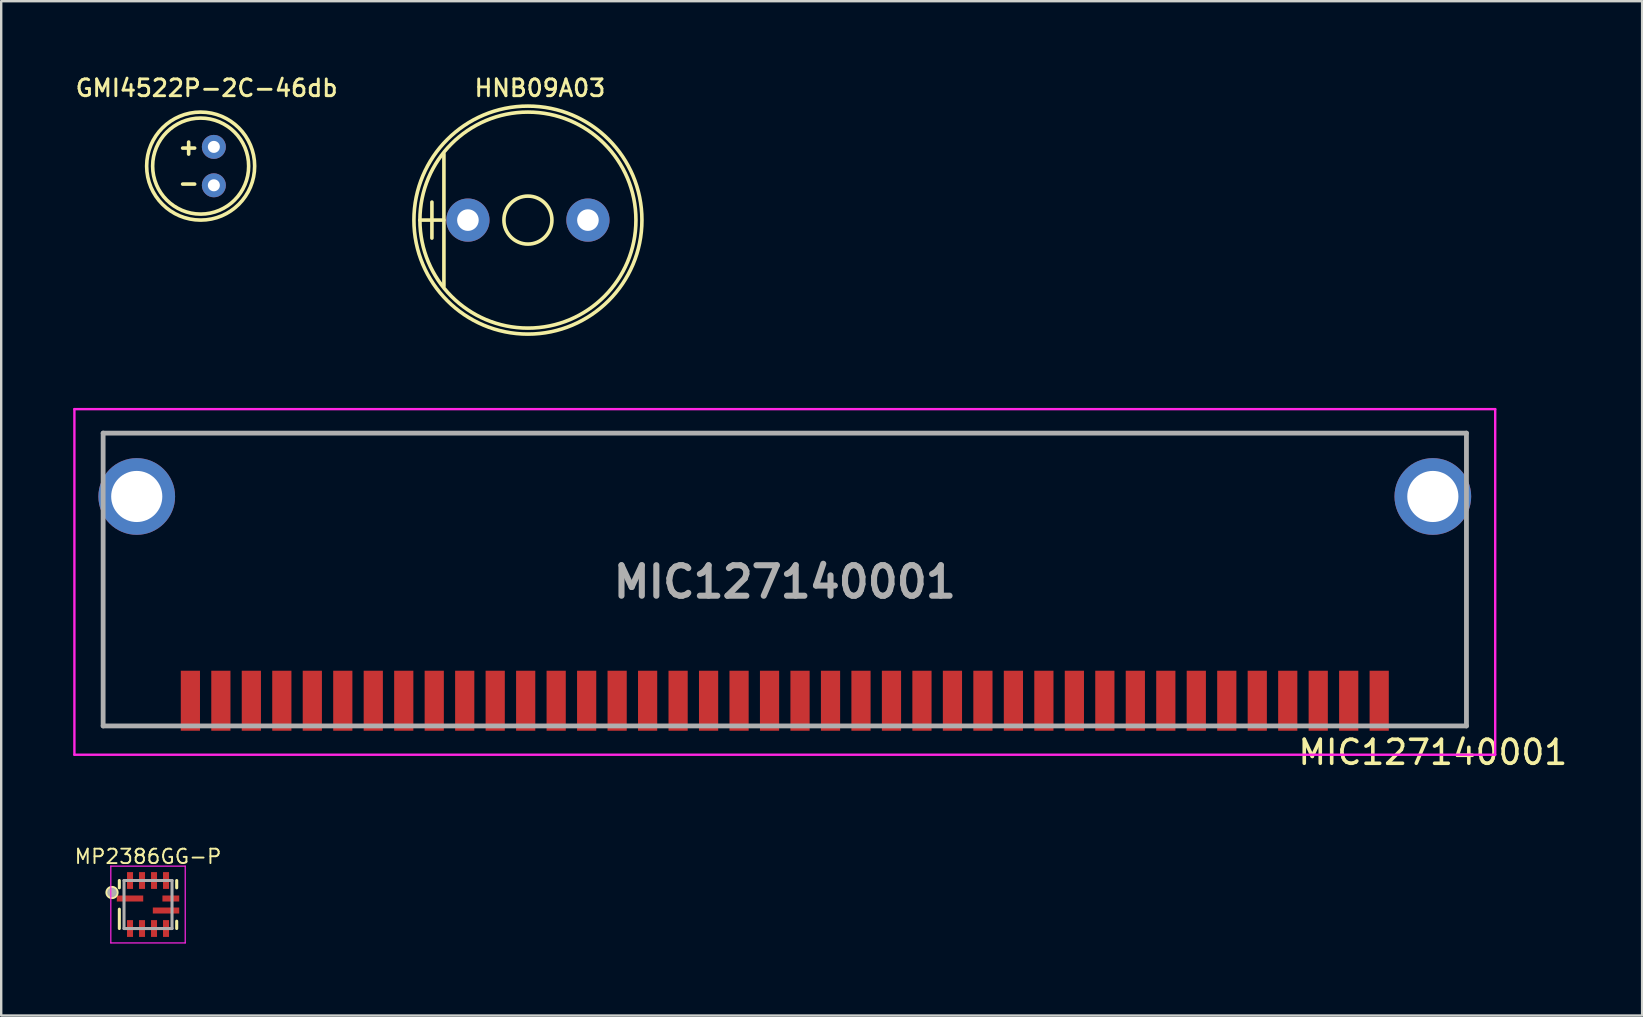
<source format=kicad_pcb>
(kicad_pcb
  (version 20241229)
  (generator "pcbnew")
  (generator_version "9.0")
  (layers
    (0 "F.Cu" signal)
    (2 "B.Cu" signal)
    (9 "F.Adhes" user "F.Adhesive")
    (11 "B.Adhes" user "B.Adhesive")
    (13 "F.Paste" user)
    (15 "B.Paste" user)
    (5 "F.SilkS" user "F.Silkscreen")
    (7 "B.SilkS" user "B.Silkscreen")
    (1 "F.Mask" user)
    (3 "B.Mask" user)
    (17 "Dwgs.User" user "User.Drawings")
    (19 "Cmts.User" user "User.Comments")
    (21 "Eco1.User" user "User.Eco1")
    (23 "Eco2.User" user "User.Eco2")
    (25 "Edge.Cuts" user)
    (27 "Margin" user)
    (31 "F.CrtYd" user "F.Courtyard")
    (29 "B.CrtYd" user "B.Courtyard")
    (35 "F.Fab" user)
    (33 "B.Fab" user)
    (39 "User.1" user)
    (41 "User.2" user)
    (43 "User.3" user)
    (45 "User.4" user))
  (footprint "MIC127140001"
    (layer "F.Cu")
    (at 29.647 20.295)
    (property "Reference" "MIC127140001" (at 27 8 0) (layer "F.SilkS") (effects (font (size 1 1) (thickness 0.15))))
    (attr through_hole)
    (fp_line (start -28.4 -5.3) (end -28.4 -5.3) (stroke (width 0.1) (type solid)) (layer "F.SilkS"))
    (fp_line (start -28.4 -5.3) (end -28.4 -5.3) (stroke (width 0.1) (type solid)) (layer "F.SilkS"))
    (fp_line (start -28.4 -5.3) (end -28.4 -4.2) (stroke (width 0.1) (type solid)) (layer "F.SilkS"))
    (fp_line (start -28.4 -5.3) (end 28.4 -5.3) (stroke (width 0.1) (type solid)) (layer "F.SilkS"))
    (fp_line (start -28.4 -4.2) (end -28.4 -5.3) (stroke (width 0.1) (type solid)) (layer "F.SilkS"))
    (fp_line (start -28.4 -4.2) (end -28.4 -4.2) (stroke (width 0.1) (type solid)) (layer "F.SilkS"))
    (fp_line (start -28.4 -0.95) (end -28.4 -0.95) (stroke (width 0.1) (type solid)) (layer "F.SilkS"))
    (fp_line (start -28.4 -0.95) (end -28.4 6.9) (stroke (width 0.1) (type solid)) (layer "F.SilkS"))
    (fp_line (start -28.4 6.9) (end -28.4 -0.95) (stroke (width 0.1) (type solid)) (layer "F.SilkS"))
    (fp_line (start -28.4 6.9) (end -28.4 6.9) (stroke (width 0.1) (type solid)) (layer "F.SilkS"))
    (fp_line (start -28.4 6.9) (end -28.4 6.9) (stroke (width 0.1) (type solid)) (layer "F.SilkS"))
    (fp_line (start -28.4 6.9) (end -25.75 6.9) (stroke (width 0.1) (type solid)) (layer "F.SilkS"))
    (fp_line (start -25.75 6.9) (end -28.4 6.9) (stroke (width 0.1) (type solid)) (layer "F.SilkS"))
    (fp_line (start -25.75 6.9) (end -25.75 6.9) (stroke (width 0.1) (type solid)) (layer "F.SilkS"))
    (fp_line (start 25.75 6.9) (end 25.75 6.9) (stroke (width 0.1) (type solid)) (layer "F.SilkS"))
    (fp_line (start 25.75 6.9) (end 28.4 6.9) (stroke (width 0.1) (type solid)) (layer "F.SilkS"))
    (fp_line (start 28.4 -5.3) (end -28.4 -5.3) (stroke (width 0.1) (type solid)) (layer "F.SilkS"))
    (fp_line (start 28.4 -5.3) (end 28.4 -5.3) (stroke (width 0.1) (type solid)) (layer "F.SilkS"))
    (fp_line (start 28.4 -5.3) (end 28.4 -5.3) (stroke (width 0.1) (type solid)) (layer "F.SilkS"))
    (fp_line (start 28.4 -5.3) (end 28.4 -4.2) (stroke (width 0.1) (type solid)) (layer "F.SilkS"))
    (fp_line (start 28.4 -4.2) (end 28.4 -5.3) (stroke (width 0.1) (type solid)) (layer "F.SilkS"))
    (fp_line (start 28.4 -4.2) (end 28.4 -4.2) (stroke (width 0.1) (type solid)) (layer "F.SilkS"))
    (fp_line (start 28.4 -0.95) (end 28.4 -0.95) (stroke (width 0.1) (type solid)) (layer "F.SilkS"))
    (fp_line (start 28.4 -0.95) (end 28.4 6.9) (stroke (width 0.1) (type solid)) (layer "F.SilkS"))
    (fp_line (start 28.4 6.9) (end 25.75 6.9) (stroke (width 0.1) (type solid)) (layer "F.SilkS"))
    (fp_line (start 28.4 6.9) (end 28.4 -0.95) (stroke (width 0.1) (type solid)) (layer "F.SilkS"))
    (fp_line (start 28.4 6.9) (end 28.4 6.9) (stroke (width 0.1) (type solid)) (layer "F.SilkS"))
    (fp_line (start 28.4 6.9) (end 28.4 6.9) (stroke (width 0.1) (type solid)) (layer "F.SilkS"))
    (fp_line (start -29.597 -6.3) (end -29.597 8.1) (stroke (width 0.1) (type solid)) (layer "F.CrtYd"))
    (fp_line (start -29.597 8.1) (end 29.598 8.1) (stroke (width 0.1) (type solid)) (layer "F.CrtYd"))
    (fp_line (start 29.598 -6.3) (end -29.597 -6.3) (stroke (width 0.1) (type solid)) (layer "F.CrtYd"))
    (fp_line (start 29.598 8.1) (end 29.598 -6.3) (stroke (width 0.1) (type solid)) (layer "F.CrtYd"))
    (fp_line (start -28.4 -5.3) (end 28.4 -5.3) (stroke (width 0.2) (type solid)) (layer "F.Fab"))
    (fp_line (start -28.4 6.9) (end -28.4 -5.3) (stroke (width 0.2) (type solid)) (layer "F.Fab"))
    (fp_line (start 28.4 -5.3) (end 28.4 6.9) (stroke (width 0.2) (type solid)) (layer "F.Fab"))
    (fp_line (start 28.4 6.9) (end -28.4 6.9) (stroke (width 0.2) (type solid)) (layer "F.Fab"))
    (fp_text user "${REFERENCE}" (at 0 0.9 0) (layer "F.Fab") (effects (font (size 1.27 1.27) (thickness 0.254))))
    (pad "" np_thru_hole circle (at -13 -1) (size 0.001 0.001) (drill 1.65) (layers "*.Cu" "*.Mask"))
    (pad "" np_thru_hole circle (at 13 -1) (size 0.001 0.001) (drill 1.65) (layers "*.Cu" "*.Mask"))
    (pad "1" smd rect (at 24.765 5.85) (size 0.8 2.5) (layers "F.Cu" "F.Mask" "F.Paste"))
    (pad "2" smd rect (at 23.495 5.85) (size 0.8 2.5) (layers "F.Cu" "F.Mask" "F.Paste"))
    (pad "3" smd rect (at 22.225 5.85) (size 0.8 2.5) (layers "F.Cu" "F.Mask" "F.Paste"))
    (pad "4" smd rect (at 20.955 5.85) (size 0.8 2.5) (layers "F.Cu" "F.Mask" "F.Paste"))
    (pad "5" smd rect (at 19.685 5.85) (size 0.8 2.5) (layers "F.Cu" "F.Mask" "F.Paste"))
    (pad "6" smd rect (at 18.415 5.85) (size 0.8 2.5) (layers "F.Cu" "F.Mask" "F.Paste"))
    (pad "7" smd rect (at 17.145 5.85) (size 0.8 2.5) (layers "F.Cu" "F.Mask" "F.Paste"))
    (pad "8" smd rect (at 15.875 5.85) (size 0.8 2.5) (layers "F.Cu" "F.Mask" "F.Paste"))
    (pad "9" smd rect (at 14.605 5.85) (size 0.8 2.5) (layers "F.Cu" "F.Mask" "F.Paste"))
    (pad "10" smd rect (at 13.335 5.85) (size 0.8 2.5) (layers "F.Cu" "F.Mask" "F.Paste"))
    (pad "11" smd rect (at 12.065 5.85) (size 0.8 2.5) (layers "F.Cu" "F.Mask" "F.Paste"))
    (pad "12" smd rect (at 10.795 5.85) (size 0.8 2.5) (layers "F.Cu" "F.Mask" "F.Paste"))
    (pad "13" smd rect (at 9.525 5.85) (size 0.8 2.5) (layers "F.Cu" "F.Mask" "F.Paste"))
    (pad "14" smd rect (at 8.255 5.85) (size 0.8 2.5) (layers "F.Cu" "F.Mask" "F.Paste"))
    (pad "15" smd rect (at 6.985 5.85) (size 0.8 2.5) (layers "F.Cu" "F.Mask" "F.Paste"))
    (pad "16" smd rect (at 5.715 5.85) (size 0.8 2.5) (layers "F.Cu" "F.Mask" "F.Paste"))
    (pad "17" smd rect (at 4.445 5.85) (size 0.8 2.5) (layers "F.Cu" "F.Mask" "F.Paste"))
    (pad "18" smd rect (at 3.175 5.85) (size 0.8 2.5) (layers "F.Cu" "F.Mask" "F.Paste"))
    (pad "19" smd rect (at 1.905 5.85) (size 0.8 2.5) (layers "F.Cu" "F.Mask" "F.Paste"))
    (pad "20" smd rect (at 0.635 5.85) (size 0.8 2.5) (layers "F.Cu" "F.Mask" "F.Paste"))
    (pad "21" smd rect (at -0.635 5.85) (size 0.8 2.5) (layers "F.Cu" "F.Mask" "F.Paste"))
    (pad "22" smd rect (at -1.905 5.85) (size 0.8 2.5) (layers "F.Cu" "F.Mask" "F.Paste"))
    (pad "23" smd rect (at -3.175 5.85) (size 0.8 2.5) (layers "F.Cu" "F.Mask" "F.Paste"))
    (pad "24" smd rect (at -4.445 5.85) (size 0.8 2.5) (layers "F.Cu" "F.Mask" "F.Paste"))
    (pad "25" smd rect (at -5.715 5.85) (size 0.8 2.5) (layers "F.Cu" "F.Mask" "F.Paste"))
    (pad "26" smd rect (at -6.985 5.85) (size 0.8 2.5) (layers "F.Cu" "F.Mask" "F.Paste"))
    (pad "27" smd rect (at -8.255 5.85) (size 0.8 2.5) (layers "F.Cu" "F.Mask" "F.Paste"))
    (pad "28" smd rect (at -9.525 5.85) (size 0.8 2.5) (layers "F.Cu" "F.Mask" "F.Paste"))
    (pad "29" smd rect (at -10.795 5.85) (size 0.8 2.5) (layers "F.Cu" "F.Mask" "F.Paste"))
    (pad "30" smd rect (at -12.065 5.85) (size 0.8 2.5) (layers "F.Cu" "F.Mask" "F.Paste"))
    (pad "31" smd rect (at -13.335 5.85) (size 0.8 2.5) (layers "F.Cu" "F.Mask" "F.Paste"))
    (pad "32" smd rect (at -14.605 5.85) (size 0.8 2.5) (layers "F.Cu" "F.Mask" "F.Paste"))
    (pad "33" smd rect (at -15.875 5.85) (size 0.8 2.5) (layers "F.Cu" "F.Mask" "F.Paste"))
    (pad "34" smd rect (at -17.145 5.85) (size 0.8 2.5) (layers "F.Cu" "F.Mask" "F.Paste"))
    (pad "35" smd rect (at -18.415 5.85) (size 0.8 2.5) (layers "F.Cu" "F.Mask" "F.Paste"))
    (pad "36" smd rect (at -19.685 5.85) (size 0.8 2.5) (layers "F.Cu" "F.Mask" "F.Paste"))
    (pad "37" smd rect (at -20.955 5.85) (size 0.8 2.5) (layers "F.Cu" "F.Mask" "F.Paste"))
    (pad "38" smd rect (at -22.225 5.85) (size 0.8 2.5) (layers "F.Cu" "F.Mask" "F.Paste"))
    (pad "39" smd rect (at -23.495 5.85) (size 0.8 2.5) (layers "F.Cu" "F.Mask" "F.Paste"))
    (pad "40" smd rect (at -24.765 5.85) (size 0.8 2.5) (layers "F.Cu" "F.Mask" "F.Paste"))
    (pad "MH1" thru_hole circle (at 27 -2.66) (size 3.195 3.195) (drill 2.13) (layers "*.Cu" "*.Mask"))
    (pad "MH2" thru_hole circle (at -27 -2.66) (size 3.195 3.195) (drill 2.13) (layers "*.Cu" "*.Mask")))
  (footprint "HNB09A03"
    (layer "F.Cu")
    (at 16.445 6.12)
    (property "Reference" "HNB09A03" (at 3 -5.5 0) (layer "F.SilkS") (effects (font (size 0.7 0.7) (thickness 0.12))))
    (attr through_hole)
    (fp_line (start -1.5 -0.75) (end -1.5 0.75) (stroke (width 0.15) (type solid)) (layer "F.SilkS"))
    (fp_line (start -1 0) (end -2 0) (stroke (width 0.15) (type solid)) (layer "F.SilkS"))
    (fp_line (start -1 2.75) (end -1 -2.75) (stroke (width 0.15) (type solid)) (layer "F.SilkS"))
    (fp_circle (center 2.5 0) (end 2.5 -1) (stroke (width 0.15) (type solid)) (fill no) (layer "F.SilkS"))
    (fp_circle (center 2.5 0) (end 7 0) (stroke (width 0.15) (type solid)) (fill no) (layer "F.SilkS"))
    (fp_circle (center 2.5 0) (end 7.25 0) (stroke (width 0.15) (type solid)) (fill no) (layer "F.SilkS"))
    (pad "1" thru_hole circle (at 0 0) (size 1.8 1.8) (drill 0.9) (layers "*.Cu" "*.Mask"))
    (pad "2" thru_hole circle (at 5 0) (size 1.8 1.8) (drill 0.9) (layers "*.Cu" "*.Mask")))
  (footprint "GMI4522P-2C-46db"
    (layer "F.Cu")
    (at 5.31 3.87)
    (property "Reference" "GMI4522P-2C-46db" (at 0.25 -3.25 0) (layer "F.SilkS") (effects (font (size 0.7 0.7) (thickness 0.12))))
    (attr through_hole)
    (fp_line (start -0.5 -1) (end -0.5 -0.5) (stroke (width 0.15) (type solid)) (layer "F.SilkS"))
    (fp_line (start -0.25 -0.75) (end -0.75 -0.75) (stroke (width 0.15) (type solid)) (layer "F.SilkS"))
    (fp_line (start -0.25 0.75) (end -0.75 0.75) (stroke (width 0.15) (type solid)) (layer "F.SilkS"))
    (fp_circle (center 0 0) (end 2 0) (stroke (width 0.15) (type solid)) (fill no) (layer "F.SilkS"))
    (fp_circle (center 0 0) (end 2.25 0) (stroke (width 0.15) (type solid)) (fill no) (layer "F.SilkS"))
    (pad "1" thru_hole circle (at 0.55 0.8) (size 1 1) (drill 0.5) (layers "*.Cu" "*.Mask"))
    (pad "2" thru_hole circle (at 0.55 -0.8) (size 1 1) (drill 0.5) (layers "*.Cu" "*.Mask")))
  (footprint "MP2386GG-P"
    (layer "F.Cu")
    (at 3.117 34.635)
    (property "Reference" "MP2386GG-P" (at 0 -2 0) (layer "F.SilkS") (effects (font (size 0.6 0.6) (thickness 0.08))))
    (attr smd)
    (fp_line (start -1.195 -1) (end -1.195 -0.695) (stroke (width 0.127) (type solid)) (layer "F.SilkS"))
    (fp_line (start -1.195 1) (end -1.195 0.195) (stroke (width 0.127) (type solid)) (layer "F.SilkS"))
    (fp_line (start 1.195 -1) (end 1.195 -0.695) (stroke (width 0.127) (type solid)) (layer "F.SilkS"))
    (fp_line (start 1.195 1) (end 1.195 0.695) (stroke (width 0.127) (type solid)) (layer "F.SilkS"))
    (fp_circle (center -1.5 -0.5) (end -1.425 -0.5) (stroke (width 0.2) (type solid)) (fill no) (layer "F.SilkS"))
    (fp_line (start -1.55 -1.6) (end -1.55 1.6) (stroke (width 0.05) (type solid)) (layer "F.CrtYd"))
    (fp_line (start -1.55 1.6) (end 1.55 1.6) (stroke (width 0.05) (type solid)) (layer "F.CrtYd"))
    (fp_line (start 1.55 -1.6) (end -1.55 -1.6) (stroke (width 0.05) (type solid)) (layer "F.CrtYd"))
    (fp_line (start 1.55 1.6) (end 1.55 -1.6) (stroke (width 0.05) (type solid)) (layer "F.CrtYd"))
    (fp_line (start -1 -1) (end 1 -1) (stroke (width 0.127) (type solid)) (layer "F.Fab"))
    (fp_line (start -1 1) (end -1 -1) (stroke (width 0.127) (type solid)) (layer "F.Fab"))
    (fp_line (start 1 -1) (end 1 1) (stroke (width 0.127) (type solid)) (layer "F.Fab"))
    (fp_line (start 1 1) (end -1 1) (stroke (width 0.127) (type solid)) (layer "F.Fab"))
    (fp_circle (center -1.5 -0.5) (end -1.4 -0.5) (stroke (width 0.2) (type solid)) (fill no) (layer "F.Fab"))
    (pad "1" smd rect (at -0.75 -0.25) (size 1.1 0.25) (layers "F.Cu" "F.Mask" "F.Paste"))
    (pad "2" smd rect (at -0.75 1) (size 0.25 0.7) (layers "F.Cu" "F.Mask" "F.Paste"))
    (pad "3" smd rect (at -0.25 1) (size 0.25 0.7) (layers "F.Cu" "F.Mask" "F.Paste"))
    (pad "4" smd rect (at 0.25 1) (size 0.25 0.7) (layers "F.Cu" "F.Mask" "F.Paste"))
    (pad "5" smd rect (at 0.75 1) (size 0.25 0.7) (layers "F.Cu" "F.Mask" "F.Paste"))
    (pad "6" smd rect (at 0.75 0.25) (size 1.1 0.25) (layers "F.Cu" "F.Mask" "F.Paste"))
    (pad "7" smd rect (at 0.95 -0.25) (size 0.7 0.25) (layers "F.Cu" "F.Mask" "F.Paste"))
    (pad "8" smd rect (at 0.75 -1) (size 0.25 0.7) (layers "F.Cu" "F.Mask" "F.Paste"))
    (pad "9" smd rect (at 0.25 -1) (size 0.25 0.7) (layers "F.Cu" "F.Mask" "F.Paste"))
    (pad "10" smd rect (at -0.25 -1) (size 0.25 0.7) (layers "F.Cu" "F.Mask" "F.Paste"))
    (pad "11" smd rect (at -0.75 -1) (size 0.25 0.7) (layers "F.Cu" "F.Mask" "F.Paste")))
  (gr_rect
    (start -3 -3)
    (end 65.367 39.26)
    (stroke (width 0.1) (type default))
    (fill no)
    (layer "Edge.Cuts")))
</source>
